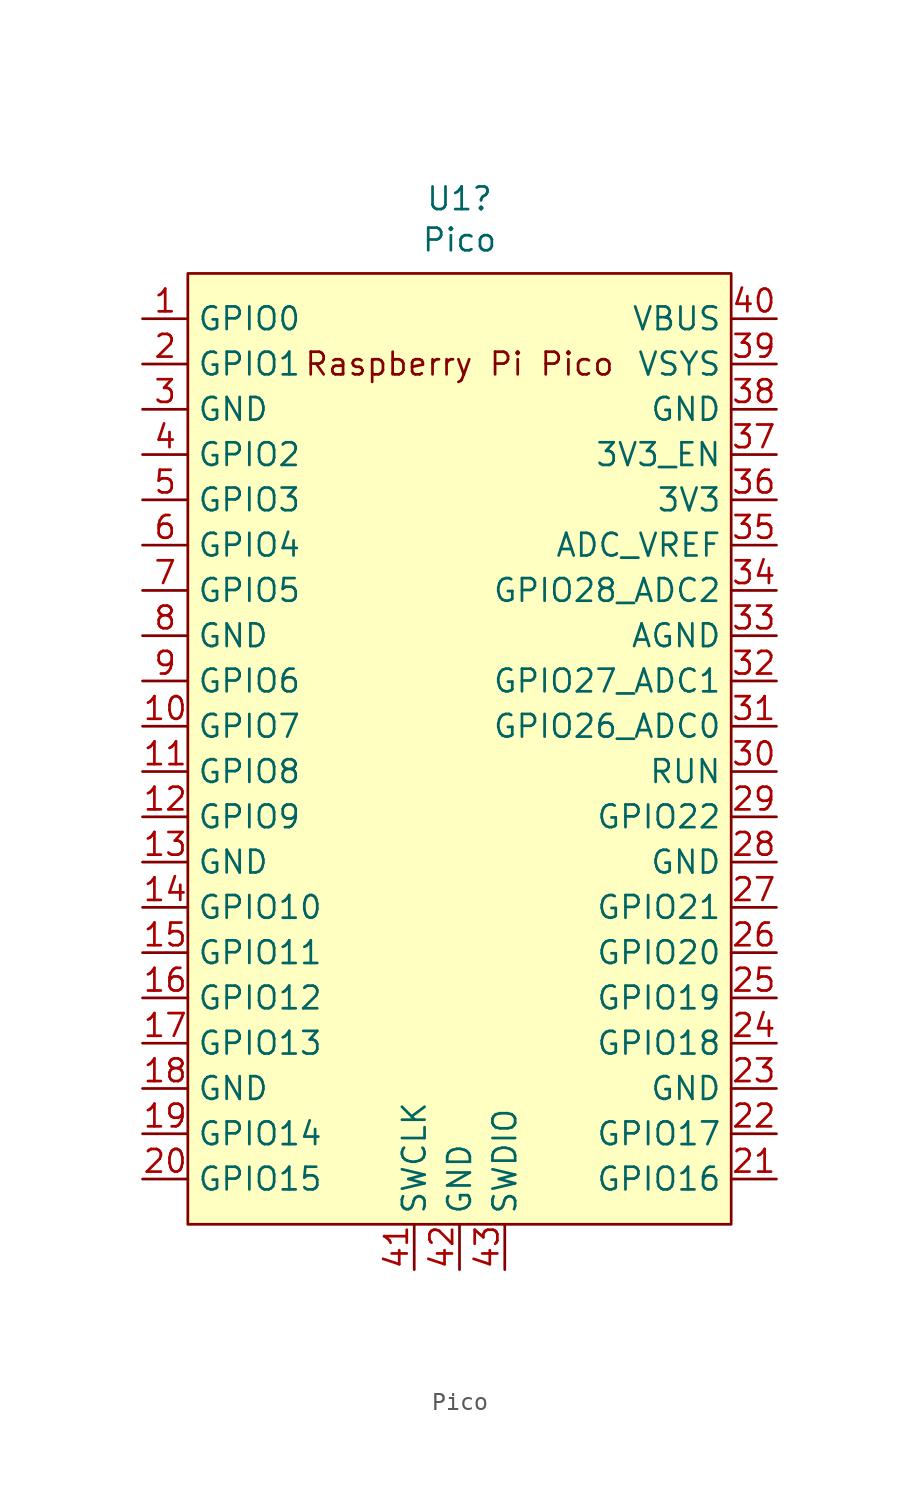
<source format=kicad_sym>
(kicad_symbol_lib
  (version 20220914)
  (generator kicad_symbol_editor)
  (symbol "Pico"
    (property "Reference" "U1"
      (at 0 30.861 0)
      (effects (font (size 1.27 1.27))))
    (property "Value" "Pico"
      (at 0 28.55 0)
      (effects (font (size 1.27 1.27))))
    (symbol "Pico_0_0"
      (text "Raspberry Pi Pico" (at 0 21.59 0) (effects (font (size 1.27 1.27)))))
    (symbol "Pico_0_1"
      (rectangle (start -15.24 26.67) (end 15.24 -26.67) (stroke (width 0) (type default)) (fill (type background))))
    (symbol "Pico_1_1"
      (pin bidirectional line (at -17.78 24.13 0) (length 2.54) (name "GPIO0" (effects (font (size 1.27 1.27)))) (number "1" (effects (font (size 1.27 1.27)))))
      (pin bidirectional line (at -17.78 1.27 0) (length 2.54) (name "GPIO7" (effects (font (size 1.27 1.27)))) (number "10" (effects (font (size 1.27 1.27)))))
      (pin bidirectional line (at -17.78 -1.27 0) (length 2.54) (name "GPIO8" (effects (font (size 1.27 1.27)))) (number "11" (effects (font (size 1.27 1.27)))))
      (pin bidirectional line (at -17.78 -3.81 0) (length 2.54) (name "GPIO9" (effects (font (size 1.27 1.27)))) (number "12" (effects (font (size 1.27 1.27)))))
      (pin power_in line (at -17.78 -6.35 0) (length 2.54) (name "GND" (effects (font (size 1.27 1.27)))) (number "13" (effects (font (size 1.27 1.27)))))
      (pin bidirectional line (at -17.78 -8.89 0) (length 2.54) (name "GPIO10" (effects (font (size 1.27 1.27)))) (number "14" (effects (font (size 1.27 1.27)))))
      (pin bidirectional line (at -17.78 -11.43 0) (length 2.54) (name "GPIO11" (effects (font (size 1.27 1.27)))) (number "15" (effects (font (size 1.27 1.27)))))
      (pin bidirectional line (at -17.78 -13.97 0) (length 2.54) (name "GPIO12" (effects (font (size 1.27 1.27)))) (number "16" (effects (font (size 1.27 1.27)))))
      (pin bidirectional line (at -17.78 -16.51 0) (length 2.54) (name "GPIO13" (effects (font (size 1.27 1.27)))) (number "17" (effects (font (size 1.27 1.27)))))
      (pin power_in line (at -17.78 -19.05 0) (length 2.54) (name "GND" (effects (font (size 1.27 1.27)))) (number "18" (effects (font (size 1.27 1.27)))))
      (pin bidirectional line (at -17.78 -21.59 0) (length 2.54) (name "GPIO14" (effects (font (size 1.27 1.27)))) (number "19" (effects (font (size 1.27 1.27)))))
      (pin bidirectional line (at -17.78 21.59 0) (length 2.54) (name "GPIO1" (effects (font (size 1.27 1.27)))) (number "2" (effects (font (size 1.27 1.27)))))
      (pin bidirectional line (at -17.78 -24.13 0) (length 2.54) (name "GPIO15" (effects (font (size 1.27 1.27)))) (number "20" (effects (font (size 1.27 1.27)))))
      (pin bidirectional line (at 17.78 -24.13 180) (length 2.54) (name "GPIO16" (effects (font (size 1.27 1.27)))) (number "21" (effects (font (size 1.27 1.27)))))
      (pin bidirectional line (at 17.78 -21.59 180) (length 2.54) (name "GPIO17" (effects (font (size 1.27 1.27)))) (number "22" (effects (font (size 1.27 1.27)))))
      (pin power_in line (at 17.78 -19.05 180) (length 2.54) (name "GND" (effects (font (size 1.27 1.27)))) (number "23" (effects (font (size 1.27 1.27)))))
      (pin bidirectional line (at 17.78 -16.51 180) (length 2.54) (name "GPIO18" (effects (font (size 1.27 1.27)))) (number "24" (effects (font (size 1.27 1.27)))))
      (pin bidirectional line (at 17.78 -13.97 180) (length 2.54) (name "GPIO19" (effects (font (size 1.27 1.27)))) (number "25" (effects (font (size 1.27 1.27)))))
      (pin bidirectional line (at 17.78 -11.43 180) (length 2.54) (name "GPIO20" (effects (font (size 1.27 1.27)))) (number "26" (effects (font (size 1.27 1.27)))))
      (pin bidirectional line (at 17.78 -8.89 180) (length 2.54) (name "GPIO21" (effects (font (size 1.27 1.27)))) (number "27" (effects (font (size 1.27 1.27)))))
      (pin power_in line (at 17.78 -6.35 180) (length 2.54) (name "GND" (effects (font (size 1.27 1.27)))) (number "28" (effects (font (size 1.27 1.27)))))
      (pin bidirectional line (at 17.78 -3.81 180) (length 2.54) (name "GPIO22" (effects (font (size 1.27 1.27)))) (number "29" (effects (font (size 1.27 1.27)))))
      (pin power_in line (at -17.78 19.05 0) (length 2.54) (name "GND" (effects (font (size 1.27 1.27)))) (number "3" (effects (font (size 1.27 1.27)))))
      (pin input line (at 17.78 -1.27 180) (length 2.54) (name "RUN" (effects (font (size 1.27 1.27)))) (number "30" (effects (font (size 1.27 1.27)))))
      (pin bidirectional line (at 17.78 1.27 180) (length 2.54) (name "GPIO26_ADC0" (effects (font (size 1.27 1.27)))) (number "31" (effects (font (size 1.27 1.27)))))
      (pin bidirectional line (at 17.78 3.81 180) (length 2.54) (name "GPIO27_ADC1" (effects (font (size 1.27 1.27)))) (number "32" (effects (font (size 1.27 1.27)))))
      (pin power_in line (at 17.78 6.35 180) (length 2.54) (name "AGND" (effects (font (size 1.27 1.27)))) (number "33" (effects (font (size 1.27 1.27)))))
      (pin bidirectional line (at 17.78 8.89 180) (length 2.54) (name "GPIO28_ADC2" (effects (font (size 1.27 1.27)))) (number "34" (effects (font (size 1.27 1.27)))))
      (pin power_in line (at 17.78 11.43 180) (length 2.54) (name "ADC_VREF" (effects (font (size 1.27 1.27)))) (number "35" (effects (font (size 1.27 1.27)))))
      (pin power_in line (at 17.78 13.97 180) (length 2.54) (name "3V3" (effects (font (size 1.27 1.27)))) (number "36" (effects (font (size 1.27 1.27)))))
      (pin input line (at 17.78 16.51 180) (length 2.54) (name "3V3_EN" (effects (font (size 1.27 1.27)))) (number "37" (effects (font (size 1.27 1.27)))))
      (pin bidirectional line (at 17.78 19.05 180) (length 2.54) (name "GND" (effects (font (size 1.27 1.27)))) (number "38" (effects (font (size 1.27 1.27)))))
      (pin power_in line (at 17.78 21.59 180) (length 2.54) (name "VSYS" (effects (font (size 1.27 1.27)))) (number "39" (effects (font (size 1.27 1.27)))))
      (pin bidirectional line (at -17.78 16.51 0) (length 2.54) (name "GPIO2" (effects (font (size 1.27 1.27)))) (number "4" (effects (font (size 1.27 1.27)))))
      (pin power_in line (at 17.78 24.13 180) (length 2.54) (name "VBUS" (effects (font (size 1.27 1.27)))) (number "40" (effects (font (size 1.27 1.27)))))
      (pin input line (at -2.54 -29.21 90) (length 2.54) (name "SWCLK" (effects (font (size 1.27 1.27)))) (number "41" (effects (font (size 1.27 1.27)))))
      (pin power_in line (at 0 -29.21 90) (length 2.54) (name "GND" (effects (font (size 1.27 1.27)))) (number "42" (effects (font (size 1.27 1.27)))))
      (pin bidirectional line (at 2.54 -29.21 90) (length 2.54) (name "SWDIO" (effects (font (size 1.27 1.27)))) (number "43" (effects (font (size 1.27 1.27)))))
      (pin bidirectional line (at -17.78 13.97 0) (length 2.54) (name "GPIO3" (effects (font (size 1.27 1.27)))) (number "5" (effects (font (size 1.27 1.27)))))
      (pin bidirectional line (at -17.78 11.43 0) (length 2.54) (name "GPIO4" (effects (font (size 1.27 1.27)))) (number "6" (effects (font (size 1.27 1.27)))))
      (pin bidirectional line (at -17.78 8.89 0) (length 2.54) (name "GPIO5" (effects (font (size 1.27 1.27)))) (number "7" (effects (font (size 1.27 1.27)))))
      (pin power_in line (at -17.78 6.35 0) (length 2.54) (name "GND" (effects (font (size 1.27 1.27)))) (number "8" (effects (font (size 1.27 1.27)))))
      (pin bidirectional line (at -17.78 3.81 0) (length 2.54) (name "GPIO6" (effects (font (size 1.27 1.27)))) (number "9" (effects (font (size 1.27 1.27))))))))
</source>
